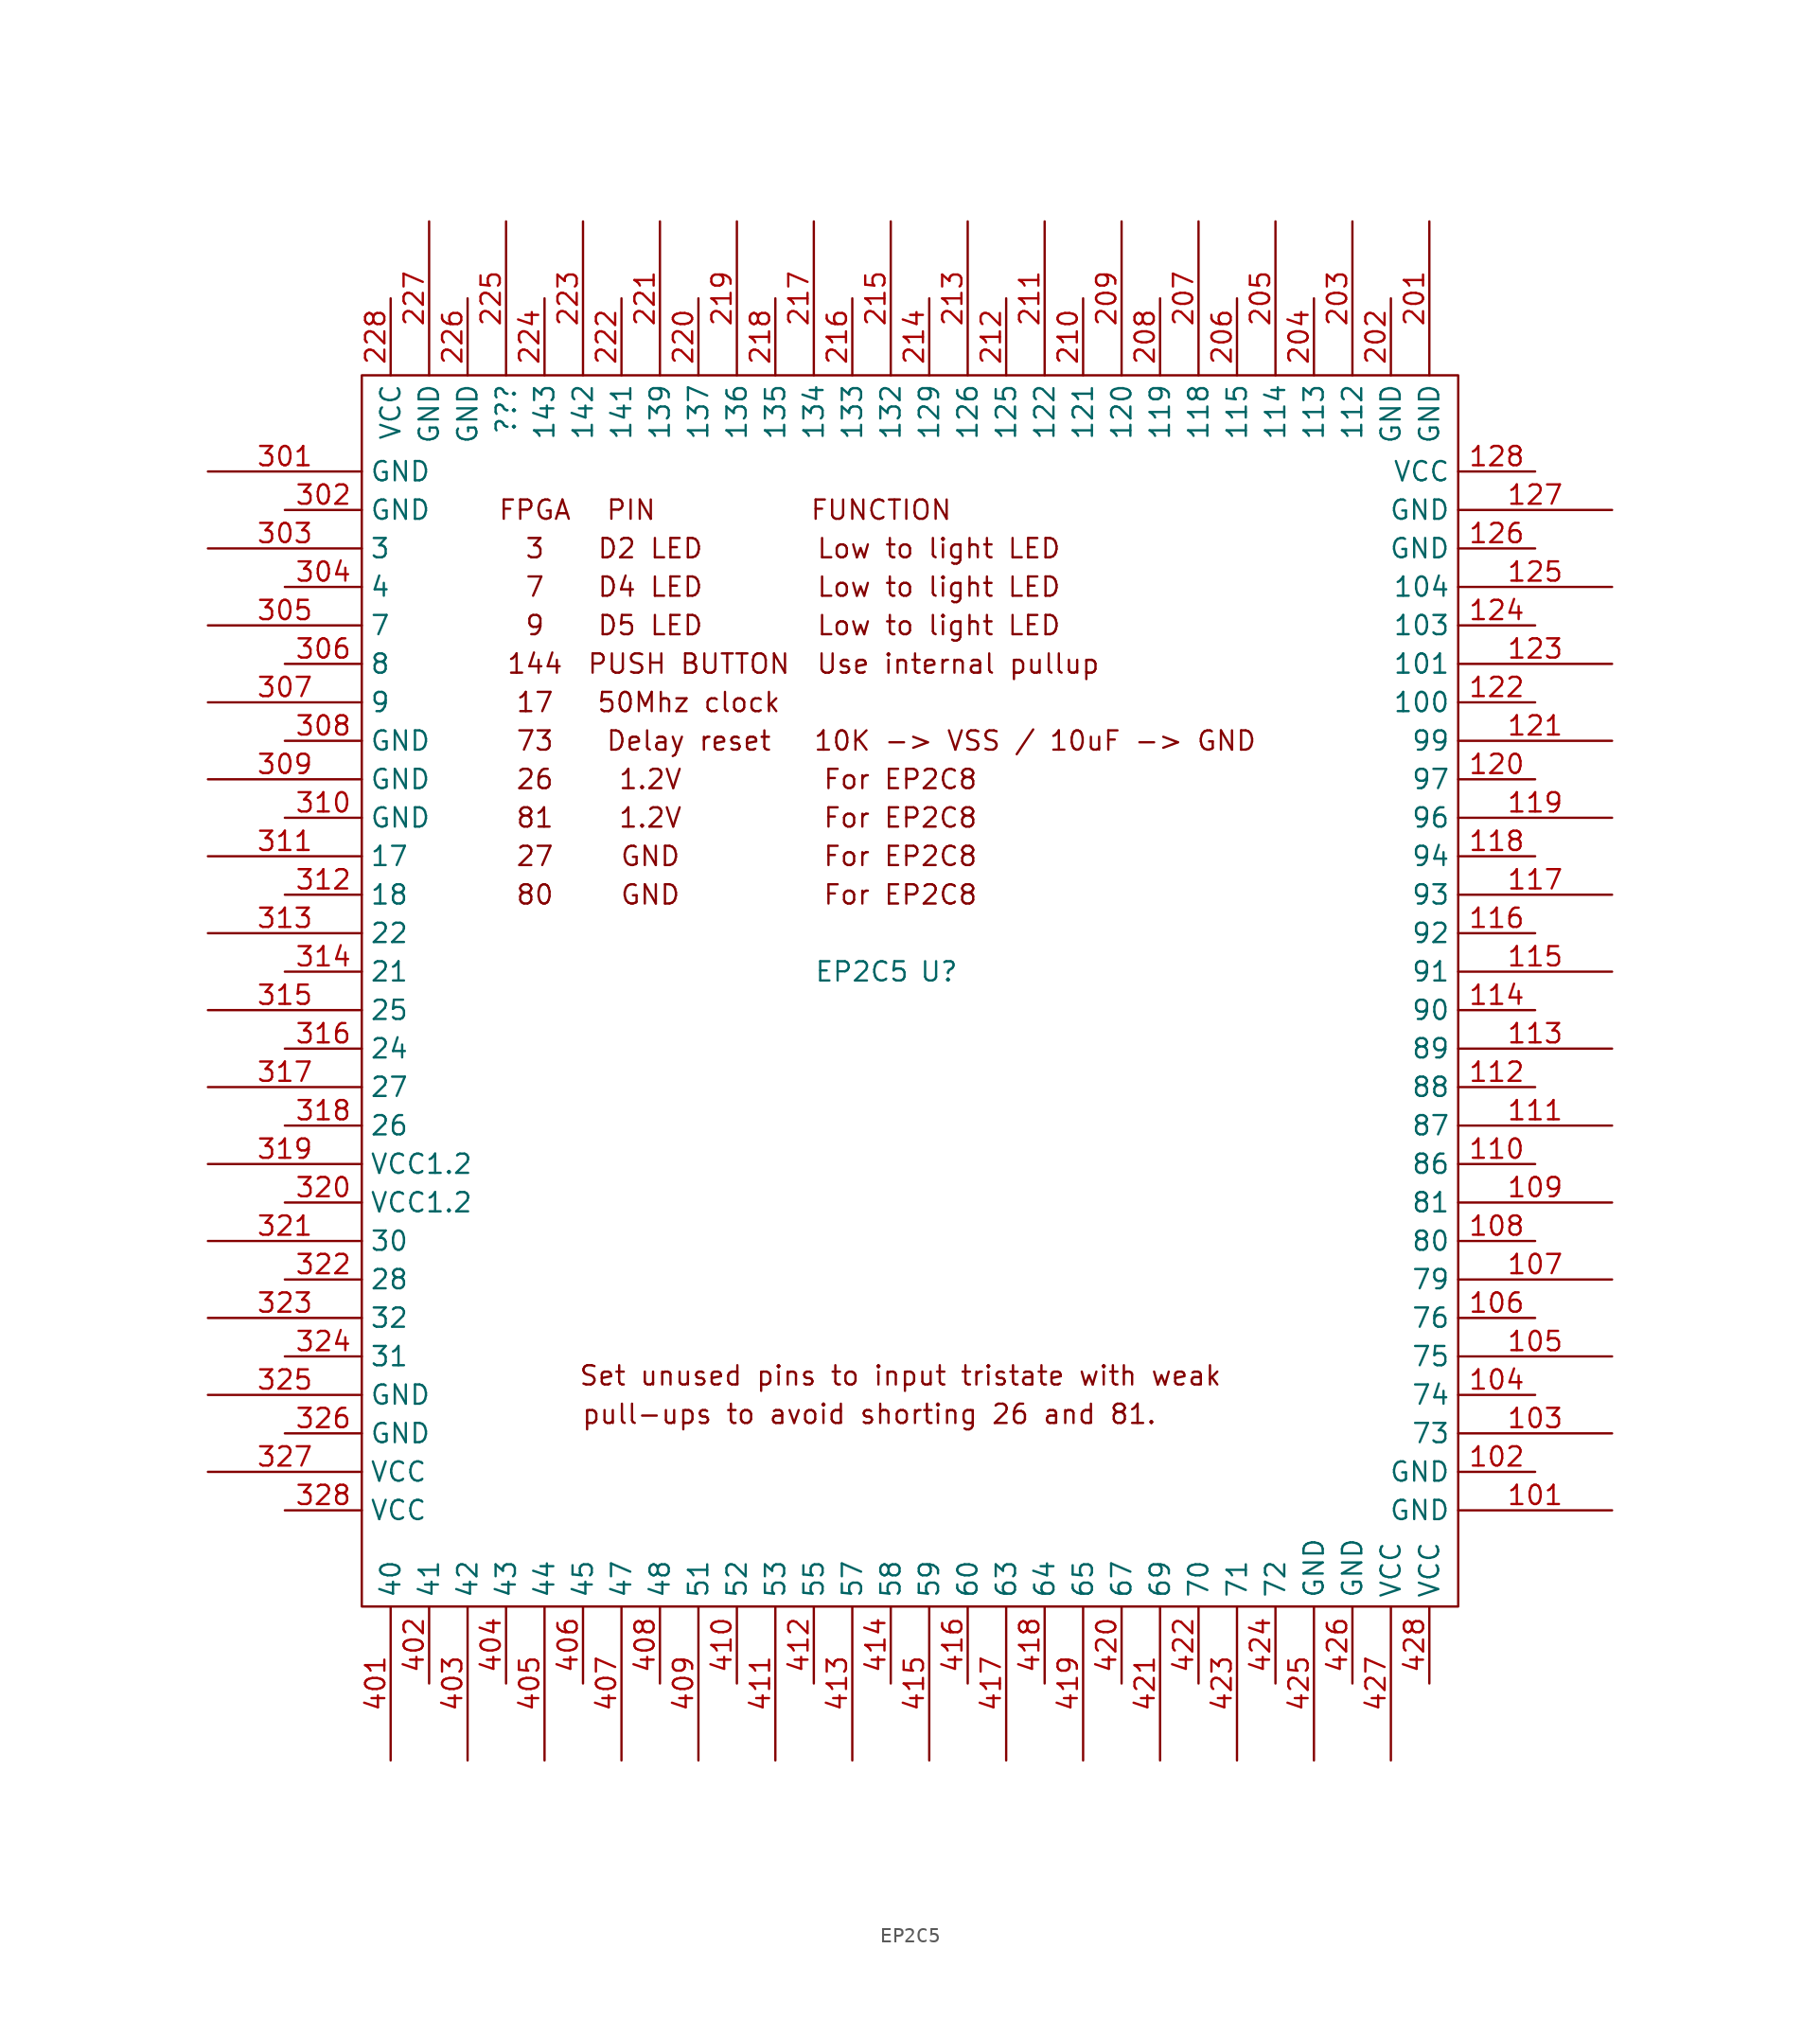
<source format=kicad_sym>
(kicad_symbol_lib
  (version 20211014)
  (generator kicad_symbol_editor)
  (symbol "EP2C5"
    (property "Reference" "U"
      (at 2.54 0 0)
      (effects (font (size 1.27 1.27))))
    (property "Value" "EP2C5"
      (at -2.54 0 0)
      (effects (font (size 1.27 1.27))))
    (symbol "EP2C5_0_0"
      (text " pull-ups to avoid shorting 26 and 81." (at -2.54 -29.21 0) (effects (font (size 1.27 1.27))))
      (text "1.2V" (at -16.51 10.16 0) (effects (font (size 1.27 1.27))))
      (text "1.2V" (at -16.51 12.7 0) (effects (font (size 1.27 1.27))))
      (text "10K -> VSS / 10uF -> GND" (at 8.89 15.24 0) (effects (font (size 1.27 1.27))))
      (text "144" (at -24.13 20.32 0) (effects (font (size 1.27 1.27))))
      (text "17" (at -24.13 17.78 0) (effects (font (size 1.27 1.27))))
      (text "26" (at -24.13 12.7 0) (effects (font (size 1.27 1.27))))
      (text "27" (at -24.13 7.62 0) (effects (font (size 1.27 1.27))))
      (text "3" (at -24.13 27.94 0) (effects (font (size 1.27 1.27))))
      (text "50Mhz clock" (at -13.97 17.78 0) (effects (font (size 1.27 1.27))))
      (text "7" (at -24.13 25.4 0) (effects (font (size 1.27 1.27))))
      (text "73" (at -24.13 15.24 0) (effects (font (size 1.27 1.27))))
      (text "80" (at -24.13 5.08 0) (effects (font (size 1.27 1.27))))
      (text "81" (at -24.13 10.16 0) (effects (font (size 1.27 1.27))))
      (text "9" (at -24.13 22.86 0) (effects (font (size 1.27 1.27))))
      (text "D2 LED" (at -16.51 27.94 0) (effects (font (size 1.27 1.27))))
      (text "D4 LED" (at -16.51 25.4 0) (effects (font (size 1.27 1.27))))
      (text "D5 LED" (at -16.51 22.86 0) (effects (font (size 1.27 1.27))))
      (text "Delay reset" (at -13.97 15.24 0) (effects (font (size 1.27 1.27))))
      (text "For EP2C8" (at 0 5.08 0) (effects (font (size 1.27 1.27))))
      (text "For EP2C8" (at 0 7.62 0) (effects (font (size 1.27 1.27))))
      (text "For EP2C8" (at 0 10.16 0) (effects (font (size 1.27 1.27))))
      (text "For EP2C8" (at 0 12.7 0) (effects (font (size 1.27 1.27))))
      (text "FPGA" (at -24.13 30.48 0) (effects (font (size 1.27 1.27))))
      (text "FUNCTION" (at -1.27 30.48 0) (effects (font (size 1.27 1.27))))
      (text "GND" (at -16.51 5.08 0) (effects (font (size 1.27 1.27))))
      (text "GND" (at -16.51 7.62 0) (effects (font (size 1.27 1.27))))
      (text "Low to light LED" (at 2.54 22.86 0) (effects (font (size 1.27 1.27))))
      (text "Low to light LED" (at 2.54 25.4 0) (effects (font (size 1.27 1.27))))
      (text "Low to light LED" (at 2.54 27.94 0) (effects (font (size 1.27 1.27))))
      (text "PIN" (at -17.78 30.48 0) (effects (font (size 1.27 1.27))))
      (text "PUSH BUTTON" (at -13.97 20.32 0) (effects (font (size 1.27 1.27))))
      (text "Set unused pins to input tristate with weak" (at 0 -26.67 0) (effects (font (size 1.27 1.27))))
      (text "Use internal pullup" (at 3.81 20.32 0) (effects (font (size 1.27 1.27)))))
    (symbol "EP2C5_0_1"
      (rectangle (start -35.56 39.37) (end 36.83 -41.91) (stroke (width 0) (type default) (color 0 0 0 0)) (fill (type none))))
    (symbol "EP2C5_1_1"
      (pin unspecified line (at 46.99 -35.56 180) (length 10.16) (name "GND" (effects (font (size 1.27 1.27)))) (number "101" (effects (font (size 1.27 1.27)))))
      (pin unspecified line (at 41.91 -33.02 180) (length 5.08) (name "GND" (effects (font (size 1.27 1.27)))) (number "102" (effects (font (size 1.27 1.27)))))
      (pin unspecified line (at 46.99 -30.48 180) (length 10.16) (name "73" (effects (font (size 1.27 1.27)))) (number "103" (effects (font (size 1.27 1.27)))))
      (pin unspecified line (at 41.91 -27.94 180) (length 5.08) (name "74" (effects (font (size 1.27 1.27)))) (number "104" (effects (font (size 1.27 1.27)))))
      (pin unspecified line (at 46.99 -25.4 180) (length 10.16) (name "75" (effects (font (size 1.27 1.27)))) (number "105" (effects (font (size 1.27 1.27)))))
      (pin unspecified line (at 41.91 -22.86 180) (length 5.08) (name "76" (effects (font (size 1.27 1.27)))) (number "106" (effects (font (size 1.27 1.27)))))
      (pin unspecified line (at 46.99 -20.32 180) (length 10.16) (name "79" (effects (font (size 1.27 1.27)))) (number "107" (effects (font (size 1.27 1.27)))))
      (pin unspecified line (at 41.91 -17.78 180) (length 5.08) (name "80" (effects (font (size 1.27 1.27)))) (number "108" (effects (font (size 1.27 1.27)))))
      (pin unspecified line (at 46.99 -15.24 180) (length 10.16) (name "81" (effects (font (size 1.27 1.27)))) (number "109" (effects (font (size 1.27 1.27)))))
      (pin unspecified line (at 41.91 -12.7 180) (length 5.08) (name "86" (effects (font (size 1.27 1.27)))) (number "110" (effects (font (size 1.27 1.27)))))
      (pin unspecified line (at 46.99 -10.16 180) (length 10.16) (name "87" (effects (font (size 1.27 1.27)))) (number "111" (effects (font (size 1.27 1.27)))))
      (pin unspecified line (at 41.91 -7.62 180) (length 5.08) (name "88" (effects (font (size 1.27 1.27)))) (number "112" (effects (font (size 1.27 1.27)))))
      (pin unspecified line (at 46.99 -5.08 180) (length 10.16) (name "89" (effects (font (size 1.27 1.27)))) (number "113" (effects (font (size 1.27 1.27)))))
      (pin unspecified line (at 41.91 -2.54 180) (length 5.08) (name "90" (effects (font (size 1.27 1.27)))) (number "114" (effects (font (size 1.27 1.27)))))
      (pin unspecified line (at 46.99 0 180) (length 10.16) (name "91" (effects (font (size 1.27 1.27)))) (number "115" (effects (font (size 1.27 1.27)))))
      (pin unspecified line (at 41.91 2.54 180) (length 5.08) (name "92" (effects (font (size 1.27 1.27)))) (number "116" (effects (font (size 1.27 1.27)))))
      (pin unspecified line (at 46.99 5.08 180) (length 10.16) (name "93" (effects (font (size 1.27 1.27)))) (number "117" (effects (font (size 1.27 1.27)))))
      (pin unspecified line (at 41.91 7.62 180) (length 5.08) (name "94" (effects (font (size 1.27 1.27)))) (number "118" (effects (font (size 1.27 1.27)))))
      (pin unspecified line (at 46.99 10.16 180) (length 10.16) (name "96" (effects (font (size 1.27 1.27)))) (number "119" (effects (font (size 1.27 1.27)))))
      (pin unspecified line (at 41.91 12.7 180) (length 5.08) (name "97" (effects (font (size 1.27 1.27)))) (number "120" (effects (font (size 1.27 1.27)))))
      (pin unspecified line (at 46.99 15.24 180) (length 10.16) (name "99" (effects (font (size 1.27 1.27)))) (number "121" (effects (font (size 1.27 1.27)))))
      (pin unspecified line (at 41.91 17.78 180) (length 5.08) (name "100" (effects (font (size 1.27 1.27)))) (number "122" (effects (font (size 1.27 1.27)))))
      (pin unspecified line (at 46.99 20.32 180) (length 10.16) (name "101" (effects (font (size 1.27 1.27)))) (number "123" (effects (font (size 1.27 1.27)))))
      (pin unspecified line (at 41.91 22.86 180) (length 5.08) (name "103" (effects (font (size 1.27 1.27)))) (number "124" (effects (font (size 1.27 1.27)))))
      (pin unspecified line (at 46.99 25.4 180) (length 10.16) (name "104" (effects (font (size 1.27 1.27)))) (number "125" (effects (font (size 1.27 1.27)))))
      (pin unspecified line (at 41.91 27.94 180) (length 5.08) (name "GND" (effects (font (size 1.27 1.27)))) (number "126" (effects (font (size 1.27 1.27)))))
      (pin unspecified line (at 46.99 30.48 180) (length 10.16) (name "GND" (effects (font (size 1.27 1.27)))) (number "127" (effects (font (size 1.27 1.27)))))
      (pin unspecified line (at 41.91 33.02 180) (length 5.08) (name "VCC" (effects (font (size 1.27 1.27)))) (number "128" (effects (font (size 1.27 1.27)))))
      (pin unspecified line (at 34.925 49.53 270) (length 10.16) (name "GND" (effects (font (size 1.27 1.27)))) (number "201" (effects (font (size 1.27 1.27)))))
      (pin unspecified line (at 32.385 44.45 270) (length 5.08) (name "GND" (effects (font (size 1.27 1.27)))) (number "202" (effects (font (size 1.27 1.27)))))
      (pin unspecified line (at 29.845 49.53 270) (length 10.16) (name "112" (effects (font (size 1.27 1.27)))) (number "203" (effects (font (size 1.27 1.27)))))
      (pin unspecified line (at 27.305 44.45 270) (length 5.08) (name "113" (effects (font (size 1.27 1.27)))) (number "204" (effects (font (size 1.27 1.27)))))
      (pin unspecified line (at 24.765 49.53 270) (length 10.16) (name "114" (effects (font (size 1.27 1.27)))) (number "205" (effects (font (size 1.27 1.27)))))
      (pin unspecified line (at 22.225 44.45 270) (length 5.08) (name "115" (effects (font (size 1.27 1.27)))) (number "206" (effects (font (size 1.27 1.27)))))
      (pin unspecified line (at 19.685 49.53 270) (length 10.16) (name "118" (effects (font (size 1.27 1.27)))) (number "207" (effects (font (size 1.27 1.27)))))
      (pin unspecified line (at 17.145 44.45 270) (length 5.08) (name "119" (effects (font (size 1.27 1.27)))) (number "208" (effects (font (size 1.27 1.27)))))
      (pin unspecified line (at 14.605 49.53 270) (length 10.16) (name "120" (effects (font (size 1.27 1.27)))) (number "209" (effects (font (size 1.27 1.27)))))
      (pin unspecified line (at 12.065 44.45 270) (length 5.08) (name "121" (effects (font (size 1.27 1.27)))) (number "210" (effects (font (size 1.27 1.27)))))
      (pin unspecified line (at 9.525 49.53 270) (length 10.16) (name "122" (effects (font (size 1.27 1.27)))) (number "211" (effects (font (size 1.27 1.27)))))
      (pin unspecified line (at 6.985 44.45 270) (length 5.08) (name "125" (effects (font (size 1.27 1.27)))) (number "212" (effects (font (size 1.27 1.27)))))
      (pin unspecified line (at 4.445 49.53 270) (length 10.16) (name "126" (effects (font (size 1.27 1.27)))) (number "213" (effects (font (size 1.27 1.27)))))
      (pin unspecified line (at 1.905 44.45 270) (length 5.08) (name "129" (effects (font (size 1.27 1.27)))) (number "214" (effects (font (size 1.27 1.27)))))
      (pin unspecified line (at -0.635 49.53 270) (length 10.16) (name "132" (effects (font (size 1.27 1.27)))) (number "215" (effects (font (size 1.27 1.27)))))
      (pin unspecified line (at -3.175 44.45 270) (length 5.08) (name "133" (effects (font (size 1.27 1.27)))) (number "216" (effects (font (size 1.27 1.27)))))
      (pin unspecified line (at -5.715 49.53 270) (length 10.16) (name "134" (effects (font (size 1.27 1.27)))) (number "217" (effects (font (size 1.27 1.27)))))
      (pin unspecified line (at -8.255 44.45 270) (length 5.08) (name "135" (effects (font (size 1.27 1.27)))) (number "218" (effects (font (size 1.27 1.27)))))
      (pin unspecified line (at -10.795 49.53 270) (length 10.16) (name "136" (effects (font (size 1.27 1.27)))) (number "219" (effects (font (size 1.27 1.27)))))
      (pin unspecified line (at -13.335 44.45 270) (length 5.08) (name "137" (effects (font (size 1.27 1.27)))) (number "220" (effects (font (size 1.27 1.27)))))
      (pin unspecified line (at -15.875 49.53 270) (length 10.16) (name "139" (effects (font (size 1.27 1.27)))) (number "221" (effects (font (size 1.27 1.27)))))
      (pin unspecified line (at -18.415 44.45 270) (length 5.08) (name "141" (effects (font (size 1.27 1.27)))) (number "222" (effects (font (size 1.27 1.27)))))
      (pin unspecified line (at -20.955 49.53 270) (length 10.16) (name "142" (effects (font (size 1.27 1.27)))) (number "223" (effects (font (size 1.27 1.27)))))
      (pin unspecified line (at -23.495 44.45 270) (length 5.08) (name "143" (effects (font (size 1.27 1.27)))) (number "224" (effects (font (size 1.27 1.27)))))
      (pin unspecified line (at -26.035 49.53 270) (length 10.16) (name "???" (effects (font (size 1.27 1.27)))) (number "225" (effects (font (size 1.27 1.27)))))
      (pin unspecified line (at -28.575 44.45 270) (length 5.08) (name "GND" (effects (font (size 1.27 1.27)))) (number "226" (effects (font (size 1.27 1.27)))))
      (pin unspecified line (at -31.115 49.53 270) (length 10.16) (name "GND" (effects (font (size 1.27 1.27)))) (number "227" (effects (font (size 1.27 1.27)))))
      (pin unspecified line (at -33.655 44.45 270) (length 5.08) (name "VCC" (effects (font (size 1.27 1.27)))) (number "228" (effects (font (size 1.27 1.27)))))
      (pin unspecified line (at -45.72 33.02 0) (length 10.16) (name "GND" (effects (font (size 1.27 1.27)))) (number "301" (effects (font (size 1.27 1.27)))))
      (pin unspecified line (at -40.64 30.48 0) (length 5.08) (name "GND" (effects (font (size 1.27 1.27)))) (number "302" (effects (font (size 1.27 1.27)))))
      (pin unspecified line (at -45.72 27.94 0) (length 10.16) (name "3" (effects (font (size 1.27 1.27)))) (number "303" (effects (font (size 1.27 1.27)))))
      (pin unspecified line (at -40.64 25.4 0) (length 5.08) (name "4" (effects (font (size 1.27 1.27)))) (number "304" (effects (font (size 1.27 1.27)))))
      (pin unspecified line (at -45.72 22.86 0) (length 10.16) (name "7" (effects (font (size 1.27 1.27)))) (number "305" (effects (font (size 1.27 1.27)))))
      (pin unspecified line (at -40.64 20.32 0) (length 5.08) (name "8" (effects (font (size 1.27 1.27)))) (number "306" (effects (font (size 1.27 1.27)))))
      (pin unspecified line (at -45.72 17.78 0) (length 10.16) (name "9" (effects (font (size 1.27 1.27)))) (number "307" (effects (font (size 1.27 1.27)))))
      (pin unspecified line (at -40.64 15.24 0) (length 5.08) (name "GND" (effects (font (size 1.27 1.27)))) (number "308" (effects (font (size 1.27 1.27)))))
      (pin unspecified line (at -45.72 12.7 0) (length 10.16) (name "GND" (effects (font (size 1.27 1.27)))) (number "309" (effects (font (size 1.27 1.27)))))
      (pin unspecified line (at -40.64 10.16 0) (length 5.08) (name "GND" (effects (font (size 1.27 1.27)))) (number "310" (effects (font (size 1.27 1.27)))))
      (pin unspecified line (at -45.72 7.62 0) (length 10.16) (name "17" (effects (font (size 1.27 1.27)))) (number "311" (effects (font (size 1.27 1.27)))))
      (pin unspecified line (at -40.64 5.08 0) (length 5.08) (name "18" (effects (font (size 1.27 1.27)))) (number "312" (effects (font (size 1.27 1.27)))))
      (pin unspecified line (at -45.72 2.54 0) (length 10.16) (name "22" (effects (font (size 1.27 1.27)))) (number "313" (effects (font (size 1.27 1.27)))))
      (pin unspecified line (at -40.64 0 0) (length 5.08) (name "21" (effects (font (size 1.27 1.27)))) (number "314" (effects (font (size 1.27 1.27)))))
      (pin unspecified line (at -45.72 -2.54 0) (length 10.16) (name "25" (effects (font (size 1.27 1.27)))) (number "315" (effects (font (size 1.27 1.27)))))
      (pin unspecified line (at -40.64 -5.08 0) (length 5.08) (name "24" (effects (font (size 1.27 1.27)))) (number "316" (effects (font (size 1.27 1.27)))))
      (pin unspecified line (at -45.72 -7.62 0) (length 10.16) (name "27" (effects (font (size 1.27 1.27)))) (number "317" (effects (font (size 1.27 1.27)))))
      (pin unspecified line (at -40.64 -10.16 0) (length 5.08) (name "26" (effects (font (size 1.27 1.27)))) (number "318" (effects (font (size 1.27 1.27)))))
      (pin unspecified line (at -45.72 -12.7 0) (length 10.16) (name "VCC1.2" (effects (font (size 1.27 1.27)))) (number "319" (effects (font (size 1.27 1.27)))))
      (pin unspecified line (at -40.64 -15.24 0) (length 5.08) (name "VCC1.2" (effects (font (size 1.27 1.27)))) (number "320" (effects (font (size 1.27 1.27)))))
      (pin unspecified line (at -45.72 -17.78 0) (length 10.16) (name "30" (effects (font (size 1.27 1.27)))) (number "321" (effects (font (size 1.27 1.27)))))
      (pin unspecified line (at -40.64 -20.32 0) (length 5.08) (name "28" (effects (font (size 1.27 1.27)))) (number "322" (effects (font (size 1.27 1.27)))))
      (pin unspecified line (at -45.72 -22.86 0) (length 10.16) (name "32" (effects (font (size 1.27 1.27)))) (number "323" (effects (font (size 1.27 1.27)))))
      (pin unspecified line (at -40.64 -25.4 0) (length 5.08) (name "31" (effects (font (size 1.27 1.27)))) (number "324" (effects (font (size 1.27 1.27)))))
      (pin unspecified line (at -45.72 -27.94 0) (length 10.16) (name "GND" (effects (font (size 1.27 1.27)))) (number "325" (effects (font (size 1.27 1.27)))))
      (pin unspecified line (at -40.64 -30.48 0) (length 5.08) (name "GND" (effects (font (size 1.27 1.27)))) (number "326" (effects (font (size 1.27 1.27)))))
      (pin unspecified line (at -45.72 -33.02 0) (length 10.16) (name "VCC" (effects (font (size 1.27 1.27)))) (number "327" (effects (font (size 1.27 1.27)))))
      (pin unspecified line (at -40.64 -35.56 0) (length 5.08) (name "VCC" (effects (font (size 1.27 1.27)))) (number "328" (effects (font (size 1.27 1.27)))))
      (pin unspecified line (at -33.655 -52.07 90) (length 10.16) (name "40" (effects (font (size 1.27 1.27)))) (number "401" (effects (font (size 1.27 1.27)))))
      (pin unspecified line (at -31.115 -46.99 90) (length 5.08) (name "41" (effects (font (size 1.27 1.27)))) (number "402" (effects (font (size 1.27 1.27)))))
      (pin unspecified line (at -28.575 -52.07 90) (length 10.16) (name "42" (effects (font (size 1.27 1.27)))) (number "403" (effects (font (size 1.27 1.27)))))
      (pin unspecified line (at -26.035 -46.99 90) (length 5.08) (name "43" (effects (font (size 1.27 1.27)))) (number "404" (effects (font (size 1.27 1.27)))))
      (pin unspecified line (at -23.495 -52.07 90) (length 10.16) (name "44" (effects (font (size 1.27 1.27)))) (number "405" (effects (font (size 1.27 1.27)))))
      (pin unspecified line (at -20.955 -46.99 90) (length 5.08) (name "45" (effects (font (size 1.27 1.27)))) (number "406" (effects (font (size 1.27 1.27)))))
      (pin unspecified line (at -18.415 -52.07 90) (length 10.16) (name "47" (effects (font (size 1.27 1.27)))) (number "407" (effects (font (size 1.27 1.27)))))
      (pin unspecified line (at -15.875 -46.99 90) (length 5.08) (name "48" (effects (font (size 1.27 1.27)))) (number "408" (effects (font (size 1.27 1.27)))))
      (pin unspecified line (at -13.335 -52.07 90) (length 10.16) (name "51" (effects (font (size 1.27 1.27)))) (number "409" (effects (font (size 1.27 1.27)))))
      (pin unspecified line (at -10.795 -46.99 90) (length 5.08) (name "52" (effects (font (size 1.27 1.27)))) (number "410" (effects (font (size 1.27 1.27)))))
      (pin unspecified line (at -8.255 -52.07 90) (length 10.16) (name "53" (effects (font (size 1.27 1.27)))) (number "411" (effects (font (size 1.27 1.27)))))
      (pin unspecified line (at -5.715 -46.99 90) (length 5.08) (name "55" (effects (font (size 1.27 1.27)))) (number "412" (effects (font (size 1.27 1.27)))))
      (pin unspecified line (at -3.175 -52.07 90) (length 10.16) (name "57" (effects (font (size 1.27 1.27)))) (number "413" (effects (font (size 1.27 1.27)))))
      (pin unspecified line (at -0.635 -46.99 90) (length 5.08) (name "58" (effects (font (size 1.27 1.27)))) (number "414" (effects (font (size 1.27 1.27)))))
      (pin unspecified line (at 1.905 -52.07 90) (length 10.16) (name "59" (effects (font (size 1.27 1.27)))) (number "415" (effects (font (size 1.27 1.27)))))
      (pin unspecified line (at 4.445 -46.99 90) (length 5.08) (name "60" (effects (font (size 1.27 1.27)))) (number "416" (effects (font (size 1.27 1.27)))))
      (pin unspecified line (at 6.985 -52.07 90) (length 10.16) (name "63" (effects (font (size 1.27 1.27)))) (number "417" (effects (font (size 1.27 1.27)))))
      (pin unspecified line (at 9.525 -46.99 90) (length 5.08) (name "64" (effects (font (size 1.27 1.27)))) (number "418" (effects (font (size 1.27 1.27)))))
      (pin unspecified line (at 12.065 -52.07 90) (length 10.16) (name "65" (effects (font (size 1.27 1.27)))) (number "419" (effects (font (size 1.27 1.27)))))
      (pin unspecified line (at 14.605 -46.99 90) (length 5.08) (name "67" (effects (font (size 1.27 1.27)))) (number "420" (effects (font (size 1.27 1.27)))))
      (pin unspecified line (at 17.145 -52.07 90) (length 10.16) (name "69" (effects (font (size 1.27 1.27)))) (number "421" (effects (font (size 1.27 1.27)))))
      (pin unspecified line (at 19.685 -46.99 90) (length 5.08) (name "70" (effects (font (size 1.27 1.27)))) (number "422" (effects (font (size 1.27 1.27)))))
      (pin unspecified line (at 22.225 -52.07 90) (length 10.16) (name "71" (effects (font (size 1.27 1.27)))) (number "423" (effects (font (size 1.27 1.27)))))
      (pin unspecified line (at 24.765 -46.99 90) (length 5.08) (name "72" (effects (font (size 1.27 1.27)))) (number "424" (effects (font (size 1.27 1.27)))))
      (pin unspecified line (at 27.305 -52.07 90) (length 10.16) (name "GND" (effects (font (size 1.27 1.27)))) (number "425" (effects (font (size 1.27 1.27)))))
      (pin unspecified line (at 29.845 -46.99 90) (length 5.08) (name "GND" (effects (font (size 1.27 1.27)))) (number "426" (effects (font (size 1.27 1.27)))))
      (pin unspecified line (at 32.385 -52.07 90) (length 10.16) (name "VCC" (effects (font (size 1.27 1.27)))) (number "427" (effects (font (size 1.27 1.27)))))
      (pin unspecified line (at 34.925 -46.99 90) (length 5.08) (name "VCC" (effects (font (size 1.27 1.27)))) (number "428" (effects (font (size 1.27 1.27))))))))
</source>
